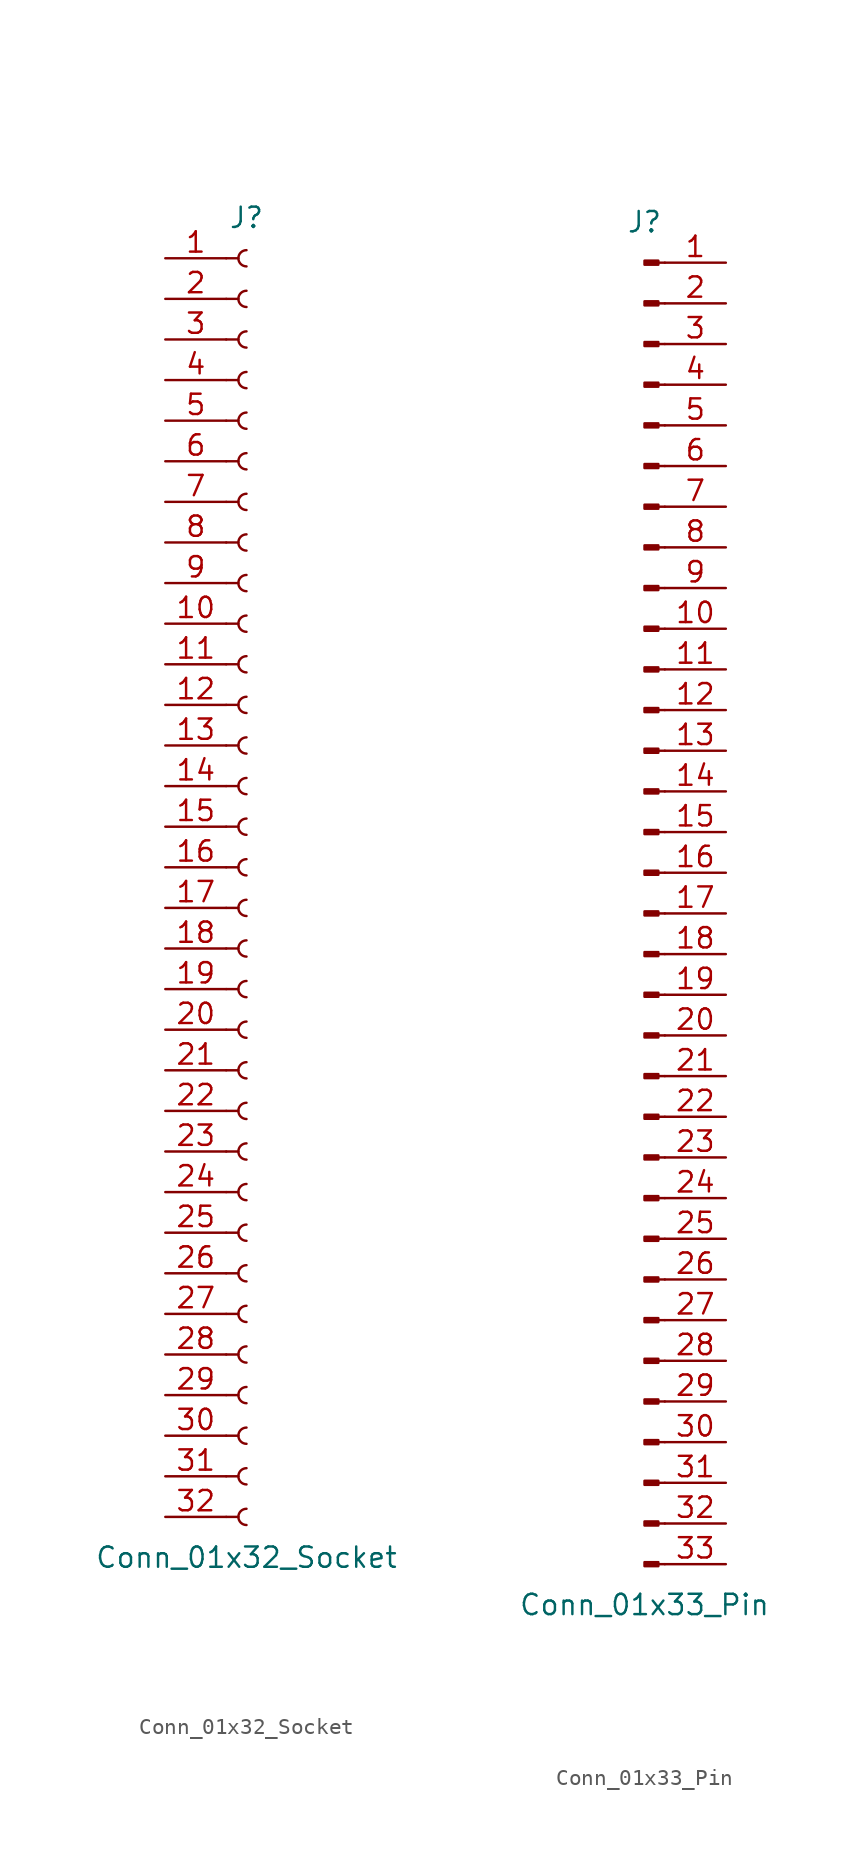
<source format=kicad_sym>
(kicad_symbol_lib
  (version 20241209)
  (generator "kicad_symbol_editor")
  (generator_version "9.0")
  (symbol "Conn_01x32_Socket"
    (pin_names
      (offset 1.016)
      (hide yes))
    (property "Reference" "J"
      (at 0 40.64 0)
      (effects (font (size 1.27 1.27))))
    (property "Value" "Conn_01x32_Socket"
      (at 0 -43.18 0)
      (effects (font (size 1.27 1.27))))
    (property "ki_locked" ""
      (at 0 0 0)
      (effects (font (size 1.27 1.27))))
    (symbol "Conn_01x32_Socket_1_1"
      (polyline (pts (xy -1.27 38.1) (xy -0.508 38.1)) (stroke (width 0.152) (type default)) (fill (type none)))
      (polyline (pts (xy -1.27 35.56) (xy -0.508 35.56)) (stroke (width 0.152) (type default)) (fill (type none)))
      (polyline (pts (xy -1.27 33.02) (xy -0.508 33.02)) (stroke (width 0.152) (type default)) (fill (type none)))
      (polyline (pts (xy -1.27 30.48) (xy -0.508 30.48)) (stroke (width 0.152) (type default)) (fill (type none)))
      (polyline (pts (xy -1.27 27.94) (xy -0.508 27.94)) (stroke (width 0.152) (type default)) (fill (type none)))
      (polyline (pts (xy -1.27 25.4) (xy -0.508 25.4)) (stroke (width 0.152) (type default)) (fill (type none)))
      (polyline (pts (xy -1.27 22.86) (xy -0.508 22.86)) (stroke (width 0.152) (type default)) (fill (type none)))
      (polyline (pts (xy -1.27 20.32) (xy -0.508 20.32)) (stroke (width 0.152) (type default)) (fill (type none)))
      (polyline (pts (xy -1.27 17.78) (xy -0.508 17.78)) (stroke (width 0.152) (type default)) (fill (type none)))
      (polyline (pts (xy -1.27 15.24) (xy -0.508 15.24)) (stroke (width 0.152) (type default)) (fill (type none)))
      (polyline (pts (xy -1.27 12.7) (xy -0.508 12.7)) (stroke (width 0.152) (type default)) (fill (type none)))
      (polyline (pts (xy -1.27 10.16) (xy -0.508 10.16)) (stroke (width 0.152) (type default)) (fill (type none)))
      (polyline (pts (xy -1.27 7.62) (xy -0.508 7.62)) (stroke (width 0.152) (type default)) (fill (type none)))
      (polyline (pts (xy -1.27 5.08) (xy -0.508 5.08)) (stroke (width 0.152) (type default)) (fill (type none)))
      (polyline (pts (xy -1.27 2.54) (xy -0.508 2.54)) (stroke (width 0.152) (type default)) (fill (type none)))
      (polyline (pts (xy -1.27 0) (xy -0.508 0)) (stroke (width 0.152) (type default)) (fill (type none)))
      (polyline (pts (xy -1.27 -2.54) (xy -0.508 -2.54)) (stroke (width 0.152) (type default)) (fill (type none)))
      (polyline (pts (xy -1.27 -5.08) (xy -0.508 -5.08)) (stroke (width 0.152) (type default)) (fill (type none)))
      (polyline (pts (xy -1.27 -7.62) (xy -0.508 -7.62)) (stroke (width 0.152) (type default)) (fill (type none)))
      (polyline (pts (xy -1.27 -10.16) (xy -0.508 -10.16)) (stroke (width 0.152) (type default)) (fill (type none)))
      (polyline (pts (xy -1.27 -12.7) (xy -0.508 -12.7)) (stroke (width 0.152) (type default)) (fill (type none)))
      (polyline (pts (xy -1.27 -15.24) (xy -0.508 -15.24)) (stroke (width 0.152) (type default)) (fill (type none)))
      (polyline (pts (xy -1.27 -17.78) (xy -0.508 -17.78)) (stroke (width 0.152) (type default)) (fill (type none)))
      (polyline (pts (xy -1.27 -20.32) (xy -0.508 -20.32)) (stroke (width 0.152) (type default)) (fill (type none)))
      (polyline (pts (xy -1.27 -22.86) (xy -0.508 -22.86)) (stroke (width 0.152) (type default)) (fill (type none)))
      (polyline (pts (xy -1.27 -25.4) (xy -0.508 -25.4)) (stroke (width 0.152) (type default)) (fill (type none)))
      (polyline (pts (xy -1.27 -27.94) (xy -0.508 -27.94)) (stroke (width 0.152) (type default)) (fill (type none)))
      (polyline (pts (xy -1.27 -30.48) (xy -0.508 -30.48)) (stroke (width 0.152) (type default)) (fill (type none)))
      (polyline (pts (xy -1.27 -33.02) (xy -0.508 -33.02)) (stroke (width 0.152) (type default)) (fill (type none)))
      (polyline (pts (xy -1.27 -35.56) (xy -0.508 -35.56)) (stroke (width 0.152) (type default)) (fill (type none)))
      (polyline (pts (xy -1.27 -38.1) (xy -0.508 -38.1)) (stroke (width 0.152) (type default)) (fill (type none)))
      (polyline (pts (xy -1.27 -40.64) (xy -0.508 -40.64)) (stroke (width 0.152) (type default)) (fill (type none)))
      (arc (start 0 37.592) (mid -0.5058 38.1) (end 0 38.608) (stroke (width 0.1524) (type default)) (fill (type none)))
      (arc (start 0 35.052) (mid -0.5058 35.56) (end 0 36.068) (stroke (width 0.1524) (type default)) (fill (type none)))
      (arc (start 0 32.512) (mid -0.5058 33.02) (end 0 33.528) (stroke (width 0.1524) (type default)) (fill (type none)))
      (arc (start 0 29.972) (mid -0.5058 30.48) (end 0 30.988) (stroke (width 0.1524) (type default)) (fill (type none)))
      (arc (start 0 27.432) (mid -0.5058 27.94) (end 0 28.448) (stroke (width 0.1524) (type default)) (fill (type none)))
      (arc (start 0 24.892) (mid -0.5058 25.4) (end 0 25.908) (stroke (width 0.1524) (type default)) (fill (type none)))
      (arc (start 0 22.352) (mid -0.5058 22.86) (end 0 23.368) (stroke (width 0.1524) (type default)) (fill (type none)))
      (arc (start 0 19.812) (mid -0.5058 20.32) (end 0 20.828) (stroke (width 0.1524) (type default)) (fill (type none)))
      (arc (start 0 17.272) (mid -0.5058 17.78) (end 0 18.288) (stroke (width 0.1524) (type default)) (fill (type none)))
      (arc (start 0 14.732) (mid -0.5058 15.24) (end 0 15.748) (stroke (width 0.1524) (type default)) (fill (type none)))
      (arc (start 0 12.192) (mid -0.5058 12.7) (end 0 13.208) (stroke (width 0.1524) (type default)) (fill (type none)))
      (arc (start 0 9.652) (mid -0.5058 10.16) (end 0 10.668) (stroke (width 0.1524) (type default)) (fill (type none)))
      (arc (start 0 7.112) (mid -0.5058 7.62) (end 0 8.128) (stroke (width 0.1524) (type default)) (fill (type none)))
      (arc (start 0 4.572) (mid -0.5058 5.08) (end 0 5.588) (stroke (width 0.1524) (type default)) (fill (type none)))
      (arc (start 0 2.032) (mid -0.5058 2.54) (end 0 3.048) (stroke (width 0.1524) (type default)) (fill (type none)))
      (arc (start 0 -0.508) (mid -0.5058 0) (end 0 0.508) (stroke (width 0.1524) (type default)) (fill (type none)))
      (arc (start 0 -3.048) (mid -0.5058 -2.54) (end 0 -2.032) (stroke (width 0.1524) (type default)) (fill (type none)))
      (arc (start 0 -5.588) (mid -0.5058 -5.08) (end 0 -4.572) (stroke (width 0.1524) (type default)) (fill (type none)))
      (arc (start 0 -8.128) (mid -0.5058 -7.62) (end 0 -7.112) (stroke (width 0.1524) (type default)) (fill (type none)))
      (arc (start 0 -10.668) (mid -0.5058 -10.16) (end 0 -9.652) (stroke (width 0.1524) (type default)) (fill (type none)))
      (arc (start 0 -13.208) (mid -0.5058 -12.7) (end 0 -12.192) (stroke (width 0.1524) (type default)) (fill (type none)))
      (arc (start 0 -15.748) (mid -0.5058 -15.24) (end 0 -14.732) (stroke (width 0.1524) (type default)) (fill (type none)))
      (arc (start 0 -18.288) (mid -0.5058 -17.78) (end 0 -17.272) (stroke (width 0.1524) (type default)) (fill (type none)))
      (arc (start 0 -20.828) (mid -0.5058 -20.32) (end 0 -19.812) (stroke (width 0.1524) (type default)) (fill (type none)))
      (arc (start 0 -23.368) (mid -0.5058 -22.86) (end 0 -22.352) (stroke (width 0.1524) (type default)) (fill (type none)))
      (arc (start 0 -25.908) (mid -0.5058 -25.4) (end 0 -24.892) (stroke (width 0.1524) (type default)) (fill (type none)))
      (arc (start 0 -28.448) (mid -0.5058 -27.94) (end 0 -27.432) (stroke (width 0.1524) (type default)) (fill (type none)))
      (arc (start 0 -30.988) (mid -0.5058 -30.48) (end 0 -29.972) (stroke (width 0.1524) (type default)) (fill (type none)))
      (arc (start 0 -33.528) (mid -0.5058 -33.02) (end 0 -32.512) (stroke (width 0.1524) (type default)) (fill (type none)))
      (arc (start 0 -36.068) (mid -0.5058 -35.56) (end 0 -35.052) (stroke (width 0.1524) (type default)) (fill (type none)))
      (arc (start 0 -38.608) (mid -0.5058 -38.1) (end 0 -37.592) (stroke (width 0.1524) (type default)) (fill (type none)))
      (arc (start 0 -41.148) (mid -0.5058 -40.64) (end 0 -40.132) (stroke (width 0.1524) (type default)) (fill (type none)))
      (pin passive line (at -5.08 38.1 0) (length 3.81) (name "Pin_1" (effects (font (size 1.27 1.27)))) (number "1" (effects (font (size 1.27 1.27)))))
      (pin passive line (at -5.08 35.56 0) (length 3.81) (name "Pin_2" (effects (font (size 1.27 1.27)))) (number "2" (effects (font (size 1.27 1.27)))))
      (pin passive line (at -5.08 33.02 0) (length 3.81) (name "Pin_3" (effects (font (size 1.27 1.27)))) (number "3" (effects (font (size 1.27 1.27)))))
      (pin passive line (at -5.08 30.48 0) (length 3.81) (name "Pin_4" (effects (font (size 1.27 1.27)))) (number "4" (effects (font (size 1.27 1.27)))))
      (pin passive line (at -5.08 27.94 0) (length 3.81) (name "Pin_5" (effects (font (size 1.27 1.27)))) (number "5" (effects (font (size 1.27 1.27)))))
      (pin passive line (at -5.08 25.4 0) (length 3.81) (name "Pin_6" (effects (font (size 1.27 1.27)))) (number "6" (effects (font (size 1.27 1.27)))))
      (pin passive line (at -5.08 22.86 0) (length 3.81) (name "Pin_7" (effects (font (size 1.27 1.27)))) (number "7" (effects (font (size 1.27 1.27)))))
      (pin passive line (at -5.08 20.32 0) (length 3.81) (name "Pin_8" (effects (font (size 1.27 1.27)))) (number "8" (effects (font (size 1.27 1.27)))))
      (pin passive line (at -5.08 17.78 0) (length 3.81) (name "Pin_9" (effects (font (size 1.27 1.27)))) (number "9" (effects (font (size 1.27 1.27)))))
      (pin passive line (at -5.08 15.24 0) (length 3.81) (name "Pin_10" (effects (font (size 1.27 1.27)))) (number "10" (effects (font (size 1.27 1.27)))))
      (pin passive line (at -5.08 12.7 0) (length 3.81) (name "Pin_11" (effects (font (size 1.27 1.27)))) (number "11" (effects (font (size 1.27 1.27)))))
      (pin passive line (at -5.08 10.16 0) (length 3.81) (name "Pin_12" (effects (font (size 1.27 1.27)))) (number "12" (effects (font (size 1.27 1.27)))))
      (pin passive line (at -5.08 7.62 0) (length 3.81) (name "Pin_13" (effects (font (size 1.27 1.27)))) (number "13" (effects (font (size 1.27 1.27)))))
      (pin passive line (at -5.08 5.08 0) (length 3.81) (name "Pin_14" (effects (font (size 1.27 1.27)))) (number "14" (effects (font (size 1.27 1.27)))))
      (pin passive line (at -5.08 2.54 0) (length 3.81) (name "Pin_15" (effects (font (size 1.27 1.27)))) (number "15" (effects (font (size 1.27 1.27)))))
      (pin passive line (at -5.08 0 0) (length 3.81) (name "Pin_16" (effects (font (size 1.27 1.27)))) (number "16" (effects (font (size 1.27 1.27)))))
      (pin passive line (at -5.08 -2.54 0) (length 3.81) (name "Pin_17" (effects (font (size 1.27 1.27)))) (number "17" (effects (font (size 1.27 1.27)))))
      (pin passive line (at -5.08 -5.08 0) (length 3.81) (name "Pin_18" (effects (font (size 1.27 1.27)))) (number "18" (effects (font (size 1.27 1.27)))))
      (pin passive line (at -5.08 -7.62 0) (length 3.81) (name "Pin_19" (effects (font (size 1.27 1.27)))) (number "19" (effects (font (size 1.27 1.27)))))
      (pin passive line (at -5.08 -10.16 0) (length 3.81) (name "Pin_20" (effects (font (size 1.27 1.27)))) (number "20" (effects (font (size 1.27 1.27)))))
      (pin passive line (at -5.08 -12.7 0) (length 3.81) (name "Pin_21" (effects (font (size 1.27 1.27)))) (number "21" (effects (font (size 1.27 1.27)))))
      (pin passive line (at -5.08 -15.24 0) (length 3.81) (name "Pin_22" (effects (font (size 1.27 1.27)))) (number "22" (effects (font (size 1.27 1.27)))))
      (pin passive line (at -5.08 -17.78 0) (length 3.81) (name "Pin_23" (effects (font (size 1.27 1.27)))) (number "23" (effects (font (size 1.27 1.27)))))
      (pin passive line (at -5.08 -20.32 0) (length 3.81) (name "Pin_24" (effects (font (size 1.27 1.27)))) (number "24" (effects (font (size 1.27 1.27)))))
      (pin passive line (at -5.08 -22.86 0) (length 3.81) (name "Pin_25" (effects (font (size 1.27 1.27)))) (number "25" (effects (font (size 1.27 1.27)))))
      (pin passive line (at -5.08 -25.4 0) (length 3.81) (name "Pin_26" (effects (font (size 1.27 1.27)))) (number "26" (effects (font (size 1.27 1.27)))))
      (pin passive line (at -5.08 -27.94 0) (length 3.81) (name "Pin_27" (effects (font (size 1.27 1.27)))) (number "27" (effects (font (size 1.27 1.27)))))
      (pin passive line (at -5.08 -30.48 0) (length 3.81) (name "Pin_28" (effects (font (size 1.27 1.27)))) (number "28" (effects (font (size 1.27 1.27)))))
      (pin passive line (at -5.08 -33.02 0) (length 3.81) (name "Pin_29" (effects (font (size 1.27 1.27)))) (number "29" (effects (font (size 1.27 1.27)))))
      (pin passive line (at -5.08 -35.56 0) (length 3.81) (name "Pin_30" (effects (font (size 1.27 1.27)))) (number "30" (effects (font (size 1.27 1.27)))))
      (pin passive line (at -5.08 -38.1 0) (length 3.81) (name "Pin_31" (effects (font (size 1.27 1.27)))) (number "31" (effects (font (size 1.27 1.27)))))
      (pin passive line (at -5.08 -40.64 0) (length 3.81) (name "Pin_32" (effects (font (size 1.27 1.27)))) (number "32" (effects (font (size 1.27 1.27)))))))
  (symbol "Conn_01x33_Pin"
    (pin_names
      (offset 1.016)
      (hide yes))
    (property "Reference" "J"
      (at 0 43.18 0)
      (effects (font (size 1.27 1.27))))
    (property "Value" "Conn_01x33_Pin"
      (at 0 -43.18 0)
      (effects (font (size 1.27 1.27))))
    (property "ki_locked" ""
      (at 0 0 0)
      (effects (font (size 1.27 1.27))))
    (symbol "Conn_01x33_Pin_1_1"
      (rectangle (start 0.864 40.767) (end 0 40.513) (stroke (width 0.152) (type default)) (fill (type outline)))
      (rectangle (start 0.864 38.227) (end 0 37.973) (stroke (width 0.152) (type default)) (fill (type outline)))
      (rectangle (start 0.864 35.687) (end 0 35.433) (stroke (width 0.152) (type default)) (fill (type outline)))
      (rectangle (start 0.864 33.147) (end 0 32.893) (stroke (width 0.152) (type default)) (fill (type outline)))
      (rectangle (start 0.864 30.607) (end 0 30.353) (stroke (width 0.152) (type default)) (fill (type outline)))
      (rectangle (start 0.864 28.067) (end 0 27.813) (stroke (width 0.152) (type default)) (fill (type outline)))
      (rectangle (start 0.864 25.527) (end 0 25.273) (stroke (width 0.152) (type default)) (fill (type outline)))
      (rectangle (start 0.864 22.987) (end 0 22.733) (stroke (width 0.152) (type default)) (fill (type outline)))
      (rectangle (start 0.864 20.447) (end 0 20.193) (stroke (width 0.152) (type default)) (fill (type outline)))
      (rectangle (start 0.864 17.907) (end 0 17.653) (stroke (width 0.152) (type default)) (fill (type outline)))
      (rectangle (start 0.864 15.367) (end 0 15.113) (stroke (width 0.152) (type default)) (fill (type outline)))
      (rectangle (start 0.864 12.827) (end 0 12.573) (stroke (width 0.152) (type default)) (fill (type outline)))
      (rectangle (start 0.864 10.287) (end 0 10.033) (stroke (width 0.152) (type default)) (fill (type outline)))
      (rectangle (start 0.864 7.747) (end 0 7.493) (stroke (width 0.152) (type default)) (fill (type outline)))
      (rectangle (start 0.864 5.207) (end 0 4.953) (stroke (width 0.152) (type default)) (fill (type outline)))
      (rectangle (start 0.864 2.667) (end 0 2.413) (stroke (width 0.152) (type default)) (fill (type outline)))
      (rectangle (start 0.864 0.127) (end 0 -0.127) (stroke (width 0.152) (type default)) (fill (type outline)))
      (rectangle (start 0.864 -2.413) (end 0 -2.667) (stroke (width 0.152) (type default)) (fill (type outline)))
      (rectangle (start 0.864 -4.953) (end 0 -5.207) (stroke (width 0.152) (type default)) (fill (type outline)))
      (rectangle (start 0.864 -7.493) (end 0 -7.747) (stroke (width 0.152) (type default)) (fill (type outline)))
      (rectangle (start 0.864 -10.033) (end 0 -10.287) (stroke (width 0.152) (type default)) (fill (type outline)))
      (rectangle (start 0.864 -12.573) (end 0 -12.827) (stroke (width 0.152) (type default)) (fill (type outline)))
      (rectangle (start 0.864 -15.113) (end 0 -15.367) (stroke (width 0.152) (type default)) (fill (type outline)))
      (rectangle (start 0.864 -17.653) (end 0 -17.907) (stroke (width 0.152) (type default)) (fill (type outline)))
      (rectangle (start 0.864 -20.193) (end 0 -20.447) (stroke (width 0.152) (type default)) (fill (type outline)))
      (rectangle (start 0.864 -22.733) (end 0 -22.987) (stroke (width 0.152) (type default)) (fill (type outline)))
      (rectangle (start 0.864 -25.273) (end 0 -25.527) (stroke (width 0.152) (type default)) (fill (type outline)))
      (rectangle (start 0.864 -27.813) (end 0 -28.067) (stroke (width 0.152) (type default)) (fill (type outline)))
      (rectangle (start 0.864 -30.353) (end 0 -30.607) (stroke (width 0.152) (type default)) (fill (type outline)))
      (rectangle (start 0.864 -32.893) (end 0 -33.147) (stroke (width 0.152) (type default)) (fill (type outline)))
      (rectangle (start 0.864 -35.433) (end 0 -35.687) (stroke (width 0.152) (type default)) (fill (type outline)))
      (rectangle (start 0.864 -37.973) (end 0 -38.227) (stroke (width 0.152) (type default)) (fill (type outline)))
      (rectangle (start 0.864 -40.513) (end 0 -40.767) (stroke (width 0.152) (type default)) (fill (type outline)))
      (polyline (pts (xy 1.27 40.64) (xy 0.864 40.64)) (stroke (width 0.152) (type default)) (fill (type none)))
      (polyline (pts (xy 1.27 38.1) (xy 0.864 38.1)) (stroke (width 0.152) (type default)) (fill (type none)))
      (polyline (pts (xy 1.27 35.56) (xy 0.864 35.56)) (stroke (width 0.152) (type default)) (fill (type none)))
      (polyline (pts (xy 1.27 33.02) (xy 0.864 33.02)) (stroke (width 0.152) (type default)) (fill (type none)))
      (polyline (pts (xy 1.27 30.48) (xy 0.864 30.48)) (stroke (width 0.152) (type default)) (fill (type none)))
      (polyline (pts (xy 1.27 27.94) (xy 0.864 27.94)) (stroke (width 0.152) (type default)) (fill (type none)))
      (polyline (pts (xy 1.27 25.4) (xy 0.864 25.4)) (stroke (width 0.152) (type default)) (fill (type none)))
      (polyline (pts (xy 1.27 22.86) (xy 0.864 22.86)) (stroke (width 0.152) (type default)) (fill (type none)))
      (polyline (pts (xy 1.27 20.32) (xy 0.864 20.32)) (stroke (width 0.152) (type default)) (fill (type none)))
      (polyline (pts (xy 1.27 17.78) (xy 0.864 17.78)) (stroke (width 0.152) (type default)) (fill (type none)))
      (polyline (pts (xy 1.27 15.24) (xy 0.864 15.24)) (stroke (width 0.152) (type default)) (fill (type none)))
      (polyline (pts (xy 1.27 12.7) (xy 0.864 12.7)) (stroke (width 0.152) (type default)) (fill (type none)))
      (polyline (pts (xy 1.27 10.16) (xy 0.864 10.16)) (stroke (width 0.152) (type default)) (fill (type none)))
      (polyline (pts (xy 1.27 7.62) (xy 0.864 7.62)) (stroke (width 0.152) (type default)) (fill (type none)))
      (polyline (pts (xy 1.27 5.08) (xy 0.864 5.08)) (stroke (width 0.152) (type default)) (fill (type none)))
      (polyline (pts (xy 1.27 2.54) (xy 0.864 2.54)) (stroke (width 0.152) (type default)) (fill (type none)))
      (polyline (pts (xy 1.27 0) (xy 0.864 0)) (stroke (width 0.152) (type default)) (fill (type none)))
      (polyline (pts (xy 1.27 -2.54) (xy 0.864 -2.54)) (stroke (width 0.152) (type default)) (fill (type none)))
      (polyline (pts (xy 1.27 -5.08) (xy 0.864 -5.08)) (stroke (width 0.152) (type default)) (fill (type none)))
      (polyline (pts (xy 1.27 -7.62) (xy 0.864 -7.62)) (stroke (width 0.152) (type default)) (fill (type none)))
      (polyline (pts (xy 1.27 -10.16) (xy 0.864 -10.16)) (stroke (width 0.152) (type default)) (fill (type none)))
      (polyline (pts (xy 1.27 -12.7) (xy 0.864 -12.7)) (stroke (width 0.152) (type default)) (fill (type none)))
      (polyline (pts (xy 1.27 -15.24) (xy 0.864 -15.24)) (stroke (width 0.152) (type default)) (fill (type none)))
      (polyline (pts (xy 1.27 -17.78) (xy 0.864 -17.78)) (stroke (width 0.152) (type default)) (fill (type none)))
      (polyline (pts (xy 1.27 -20.32) (xy 0.864 -20.32)) (stroke (width 0.152) (type default)) (fill (type none)))
      (polyline (pts (xy 1.27 -22.86) (xy 0.864 -22.86)) (stroke (width 0.152) (type default)) (fill (type none)))
      (polyline (pts (xy 1.27 -25.4) (xy 0.864 -25.4)) (stroke (width 0.152) (type default)) (fill (type none)))
      (polyline (pts (xy 1.27 -27.94) (xy 0.864 -27.94)) (stroke (width 0.152) (type default)) (fill (type none)))
      (polyline (pts (xy 1.27 -30.48) (xy 0.864 -30.48)) (stroke (width 0.152) (type default)) (fill (type none)))
      (polyline (pts (xy 1.27 -33.02) (xy 0.864 -33.02)) (stroke (width 0.152) (type default)) (fill (type none)))
      (polyline (pts (xy 1.27 -35.56) (xy 0.864 -35.56)) (stroke (width 0.152) (type default)) (fill (type none)))
      (polyline (pts (xy 1.27 -38.1) (xy 0.864 -38.1)) (stroke (width 0.152) (type default)) (fill (type none)))
      (polyline (pts (xy 1.27 -40.64) (xy 0.864 -40.64)) (stroke (width 0.152) (type default)) (fill (type none)))
      (pin passive line (at 5.08 40.64 180) (length 3.81) (name "Pin_1" (effects (font (size 1.27 1.27)))) (number "1" (effects (font (size 1.27 1.27)))))
      (pin passive line (at 5.08 38.1 180) (length 3.81) (name "Pin_2" (effects (font (size 1.27 1.27)))) (number "2" (effects (font (size 1.27 1.27)))))
      (pin passive line (at 5.08 35.56 180) (length 3.81) (name "Pin_3" (effects (font (size 1.27 1.27)))) (number "3" (effects (font (size 1.27 1.27)))))
      (pin passive line (at 5.08 33.02 180) (length 3.81) (name "Pin_4" (effects (font (size 1.27 1.27)))) (number "4" (effects (font (size 1.27 1.27)))))
      (pin passive line (at 5.08 30.48 180) (length 3.81) (name "Pin_5" (effects (font (size 1.27 1.27)))) (number "5" (effects (font (size 1.27 1.27)))))
      (pin passive line (at 5.08 27.94 180) (length 3.81) (name "Pin_6" (effects (font (size 1.27 1.27)))) (number "6" (effects (font (size 1.27 1.27)))))
      (pin passive line (at 5.08 25.4 180) (length 3.81) (name "Pin_7" (effects (font (size 1.27 1.27)))) (number "7" (effects (font (size 1.27 1.27)))))
      (pin passive line (at 5.08 22.86 180) (length 3.81) (name "Pin_8" (effects (font (size 1.27 1.27)))) (number "8" (effects (font (size 1.27 1.27)))))
      (pin passive line (at 5.08 20.32 180) (length 3.81) (name "Pin_9" (effects (font (size 1.27 1.27)))) (number "9" (effects (font (size 1.27 1.27)))))
      (pin passive line (at 5.08 17.78 180) (length 3.81) (name "Pin_10" (effects (font (size 1.27 1.27)))) (number "10" (effects (font (size 1.27 1.27)))))
      (pin passive line (at 5.08 15.24 180) (length 3.81) (name "Pin_11" (effects (font (size 1.27 1.27)))) (number "11" (effects (font (size 1.27 1.27)))))
      (pin passive line (at 5.08 12.7 180) (length 3.81) (name "Pin_12" (effects (font (size 1.27 1.27)))) (number "12" (effects (font (size 1.27 1.27)))))
      (pin passive line (at 5.08 10.16 180) (length 3.81) (name "Pin_13" (effects (font (size 1.27 1.27)))) (number "13" (effects (font (size 1.27 1.27)))))
      (pin passive line (at 5.08 7.62 180) (length 3.81) (name "Pin_14" (effects (font (size 1.27 1.27)))) (number "14" (effects (font (size 1.27 1.27)))))
      (pin passive line (at 5.08 5.08 180) (length 3.81) (name "Pin_15" (effects (font (size 1.27 1.27)))) (number "15" (effects (font (size 1.27 1.27)))))
      (pin passive line (at 5.08 2.54 180) (length 3.81) (name "Pin_16" (effects (font (size 1.27 1.27)))) (number "16" (effects (font (size 1.27 1.27)))))
      (pin passive line (at 5.08 0 180) (length 3.81) (name "Pin_17" (effects (font (size 1.27 1.27)))) (number "17" (effects (font (size 1.27 1.27)))))
      (pin passive line (at 5.08 -2.54 180) (length 3.81) (name "Pin_18" (effects (font (size 1.27 1.27)))) (number "18" (effects (font (size 1.27 1.27)))))
      (pin passive line (at 5.08 -5.08 180) (length 3.81) (name "Pin_19" (effects (font (size 1.27 1.27)))) (number "19" (effects (font (size 1.27 1.27)))))
      (pin passive line (at 5.08 -7.62 180) (length 3.81) (name "Pin_20" (effects (font (size 1.27 1.27)))) (number "20" (effects (font (size 1.27 1.27)))))
      (pin passive line (at 5.08 -10.16 180) (length 3.81) (name "Pin_21" (effects (font (size 1.27 1.27)))) (number "21" (effects (font (size 1.27 1.27)))))
      (pin passive line (at 5.08 -12.7 180) (length 3.81) (name "Pin_22" (effects (font (size 1.27 1.27)))) (number "22" (effects (font (size 1.27 1.27)))))
      (pin passive line (at 5.08 -15.24 180) (length 3.81) (name "Pin_23" (effects (font (size 1.27 1.27)))) (number "23" (effects (font (size 1.27 1.27)))))
      (pin passive line (at 5.08 -17.78 180) (length 3.81) (name "Pin_24" (effects (font (size 1.27 1.27)))) (number "24" (effects (font (size 1.27 1.27)))))
      (pin passive line (at 5.08 -20.32 180) (length 3.81) (name "Pin_25" (effects (font (size 1.27 1.27)))) (number "25" (effects (font (size 1.27 1.27)))))
      (pin passive line (at 5.08 -22.86 180) (length 3.81) (name "Pin_26" (effects (font (size 1.27 1.27)))) (number "26" (effects (font (size 1.27 1.27)))))
      (pin passive line (at 5.08 -25.4 180) (length 3.81) (name "Pin_27" (effects (font (size 1.27 1.27)))) (number "27" (effects (font (size 1.27 1.27)))))
      (pin passive line (at 5.08 -27.94 180) (length 3.81) (name "Pin_28" (effects (font (size 1.27 1.27)))) (number "28" (effects (font (size 1.27 1.27)))))
      (pin passive line (at 5.08 -30.48 180) (length 3.81) (name "Pin_29" (effects (font (size 1.27 1.27)))) (number "29" (effects (font (size 1.27 1.27)))))
      (pin passive line (at 5.08 -33.02 180) (length 3.81) (name "Pin_30" (effects (font (size 1.27 1.27)))) (number "30" (effects (font (size 1.27 1.27)))))
      (pin passive line (at 5.08 -35.56 180) (length 3.81) (name "Pin_31" (effects (font (size 1.27 1.27)))) (number "31" (effects (font (size 1.27 1.27)))))
      (pin passive line (at 5.08 -38.1 180) (length 3.81) (name "Pin_32" (effects (font (size 1.27 1.27)))) (number "32" (effects (font (size 1.27 1.27)))))
      (pin passive line (at 5.08 -40.64 180) (length 3.81) (name "Pin_33" (effects (font (size 1.27 1.27)))) (number "33" (effects (font (size 1.27 1.27))))))))
</source>
